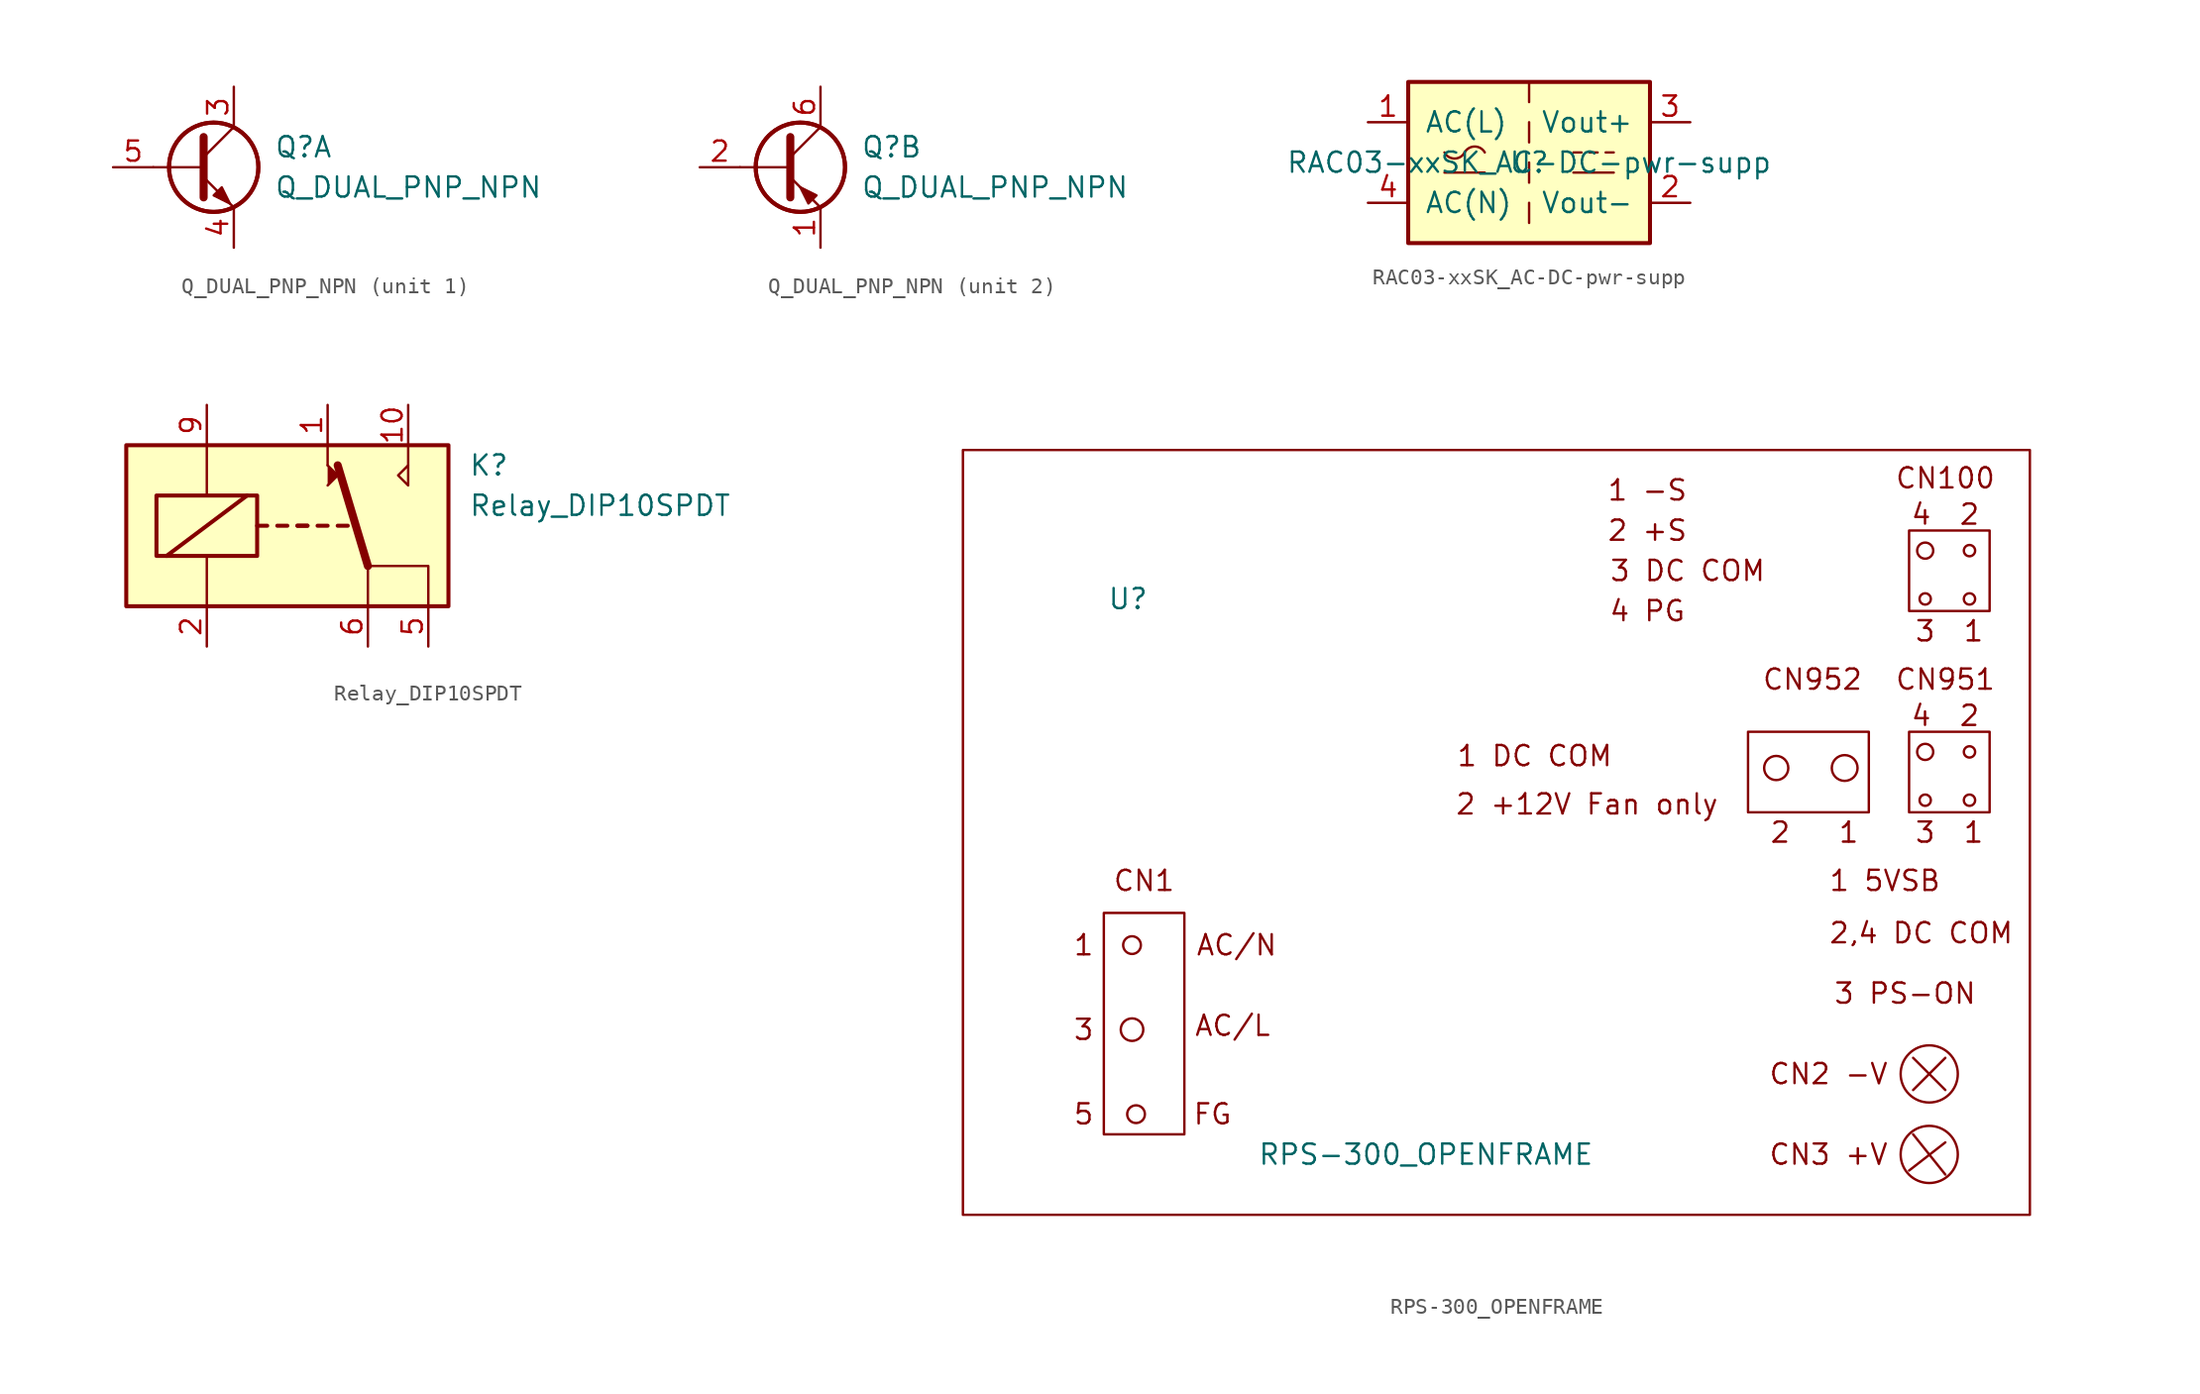
<source format=kicad_sym>
(kicad_symbol_lib
  (version 20211014)
  (generator kicad_symbol_editor)
  (symbol "Q_DUAL_PNP_NPN"
    (pin_names
      (offset 0) hide)
    (property "Reference" "Q"
      (at 5.08 1.27 0)
      (effects (font (size 1.27 1.27)) (justify left)))
    (property "Value" "Q_DUAL_PNP_NPN"
      (at 5.08 -1.27 0)
      (effects (font (size 1.27 1.27)) (justify left)))
    (property "ki_locked" ""
      (at 0 0 0)
      (effects (font (size 1.27 1.27))))
    (symbol "Q_DUAL_PNP_NPN_0_1"
      (polyline (pts (xy 0.635 0) (xy -2.54 0)) (stroke (width 0) (type default) (color 0 0 0 0)) (fill (type none)))
      (circle (center 1.27 0) (radius 2.819) (stroke (width 0.254) (type default) (color 0 0 0 0)) (fill (type none)))
      (circle (center 1.27 0) (radius 2.819) (stroke (width 0.254) (type default) (color 0 0 0 0)) (fill (type none))))
    (symbol "Q_DUAL_PNP_NPN_1_1"
      (polyline (pts (xy 0.635 0.635) (xy 2.54 2.54)) (stroke (width 0) (type default) (color 0 0 0 0)) (fill (type none)))
      (polyline (pts (xy 0.635 -0.635) (xy 2.54 -2.54) (xy 2.54 -2.54)) (stroke (width 0) (type default) (color 0 0 0 0)) (fill (type none)))
      (polyline (pts (xy 0.635 1.905) (xy 0.635 -1.905) (xy 0.635 -1.905)) (stroke (width 0.508) (type default) (color 0 0 0 0)) (fill (type none)))
      (polyline (pts (xy 1.27 -1.778) (xy 1.778 -1.27) (xy 2.286 -2.286) (xy 1.27 -1.778) (xy 1.27 -1.778)) (stroke (width 0) (type default) (color 0 0 0 0)) (fill (type outline)))
      (pin passive line (at 2.54 5.08 270) (length 2.54) (name "C1" (effects (font (size 1.27 1.27)))) (number "3" (effects (font (size 1.27 1.27)))))
      (pin passive line (at 2.54 -5.08 90) (length 2.54) (name "E1" (effects (font (size 1.27 1.27)))) (number "4" (effects (font (size 1.27 1.27)))))
      (pin input line (at -5.08 0 0) (length 2.54) (name "B1" (effects (font (size 1.27 1.27)))) (number "5" (effects (font (size 1.27 1.27))))))
    (symbol "Q_DUAL_PNP_NPN_2_1"
      (polyline (pts (xy 0.635 0.635) (xy 2.54 2.54)) (stroke (width 0) (type default) (color 0 0 0 0)) (fill (type none)))
      (polyline (pts (xy 0.635 -0.635) (xy 2.54 -2.54) (xy 2.54 -2.54)) (stroke (width 0) (type default) (color 0 0 0 0)) (fill (type none)))
      (polyline (pts (xy 0.635 1.905) (xy 0.635 -1.905) (xy 0.635 -1.905)) (stroke (width 0.508) (type default) (color 0 0 0 0)) (fill (type none)))
      (polyline (pts (xy 2.286 -1.778) (xy 1.778 -2.286) (xy 1.27 -1.27) (xy 2.286 -1.778) (xy 2.286 -1.778)) (stroke (width 0) (type default) (color 0 0 0 0)) (fill (type outline)))
      (pin passive line (at 2.54 -5.08 90) (length 2.54) (name "E2" (effects (font (size 1.27 1.27)))) (number "1" (effects (font (size 1.27 1.27)))))
      (pin input line (at -5.08 0 0) (length 2.54) (name "B2" (effects (font (size 1.27 1.27)))) (number "2" (effects (font (size 1.27 1.27)))))
      (pin passive line (at 2.54 5.08 270) (length 2.54) (name "C2" (effects (font (size 1.27 1.27)))) (number "6" (effects (font (size 1.27 1.27)))))))
  (symbol "RAC03-xxSK_AC-DC-pwr-supp"
    (pin_names
      (offset 1.016))
    (property "Reference" "U"
      (at 0 0 0)
      (effects (font (size 1.27 1.27))))
    (property "Value" "RAC03-xxSK_AC-DC-pwr-supp"
      (at 0 0 0)
      (effects (font (size 1.27 1.27))))
    (symbol "RAC03-xxSK_AC-DC-pwr-supp_1_1"
      (rectangle (start -7.62 5.08) (end 7.62 -5.08) (stroke (width 0.254) (type default) (color 0 0 0 0)) (fill (type background)))
      (arc (start -5.334 0.635) (mid -4.699 0.2495) (end -4.064 0.635) (stroke (width 0) (type default) (color 0 0 0 0)) (fill (type none)))
      (arc (start -2.794 0.635) (mid -3.429 1.0072) (end -4.064 0.635) (stroke (width 0) (type default) (color 0 0 0 0)) (fill (type none)))
      (polyline (pts (xy -5.334 -0.635) (xy -2.794 -0.635)) (stroke (width 0) (type default) (color 0 0 0 0)) (fill (type none)))
      (polyline (pts (xy 0 -2.54) (xy 0 -3.81)) (stroke (width 0) (type default) (color 0 0 0 0)) (fill (type none)))
      (polyline (pts (xy 0 0) (xy 0 -1.27)) (stroke (width 0) (type default) (color 0 0 0 0)) (fill (type none)))
      (polyline (pts (xy 0 2.54) (xy 0 1.27)) (stroke (width 0) (type default) (color 0 0 0 0)) (fill (type none)))
      (polyline (pts (xy 0 5.08) (xy 0 3.81)) (stroke (width 0) (type default) (color 0 0 0 0)) (fill (type none)))
      (polyline (pts (xy 2.794 -0.635) (xy 5.334 -0.635)) (stroke (width 0) (type default) (color 0 0 0 0)) (fill (type none)))
      (polyline (pts (xy 2.794 0.635) (xy 3.302 0.635)) (stroke (width 0) (type default) (color 0 0 0 0)) (fill (type none)))
      (polyline (pts (xy 3.81 0.635) (xy 4.318 0.635)) (stroke (width 0) (type default) (color 0 0 0 0)) (fill (type none)))
      (polyline (pts (xy 4.826 0.635) (xy 5.334 0.635)) (stroke (width 0) (type default) (color 0 0 0 0)) (fill (type none)))
      (pin power_in line (at -10.16 2.54 0) (length 2.54) (name "AC(L)" (effects (font (size 1.27 1.27)))) (number "1" (effects (font (size 1.27 1.27)))))
      (pin power_out line (at 10.16 -2.54 180) (length 2.54) (name "Vout-" (effects (font (size 1.27 1.27)))) (number "2" (effects (font (size 1.27 1.27)))))
      (pin no_connect line (at 7.62 0 180) (length 2.54) hide (name "NC" (effects (font (size 1.27 1.27)))) (number "3" (effects (font (size 1.27 1.27)))))
      (pin power_out line (at 10.16 2.54 180) (length 2.54) (name "Vout+" (effects (font (size 1.27 1.27)))) (number "3" (effects (font (size 1.27 1.27)))))
      (pin power_in line (at -10.16 -2.54 0) (length 2.54) (name "AC(N)" (effects (font (size 1.27 1.27)))) (number "4" (effects (font (size 1.27 1.27)))))))
  (symbol "Relay_DIP10SPDT"
    (pin_names
      (offset 1.016))
    (property "Reference" "K"
      (at 11.43 3.81 0)
      (effects (font (size 1.27 1.27)) (justify left)))
    (property "Value" "Relay_DIP10SPDT"
      (at 11.43 1.27 0)
      (effects (font (size 1.27 1.27)) (justify left)))
    (symbol "Relay_DIP10SPDT_0_0"
      (polyline (pts (xy 2.54 3.81) (xy 2.54 5.08)) (stroke (width 0) (type default) (color 0 0 0 0)) (fill (type none)))
      (polyline (pts (xy 7.62 3.81) (xy 7.62 5.08)) (stroke (width 0) (type default) (color 0 0 0 0)) (fill (type none)))
      (polyline (pts (xy 7.62 3.81) (xy 7.62 2.54) (xy 6.985 3.175) (xy 7.62 3.81)) (stroke (width 0) (type default) (color 0 0 0 0)) (fill (type none))))
    (symbol "Relay_DIP10SPDT_0_1"
      (rectangle (start -10.16 5.08) (end 10.16 -5.08) (stroke (width 0.254) (type default) (color 0 0 0 0)) (fill (type background)))
      (rectangle (start -8.255 1.905) (end -1.905 -1.905) (stroke (width 0.254) (type default) (color 0 0 0 0)) (fill (type none)))
      (polyline (pts (xy -7.62 -1.905) (xy -2.54 1.905)) (stroke (width 0.254) (type default) (color 0 0 0 0)) (fill (type none)))
      (polyline (pts (xy -5.08 -5.08) (xy -5.08 -1.905)) (stroke (width 0) (type default) (color 0 0 0 0)) (fill (type none)))
      (polyline (pts (xy -5.08 5.08) (xy -5.08 1.905)) (stroke (width 0) (type default) (color 0 0 0 0)) (fill (type none)))
      (polyline (pts (xy -1.905 0) (xy -1.27 0)) (stroke (width 0.254) (type default) (color 0 0 0 0)) (fill (type none)))
      (polyline (pts (xy -0.635 0) (xy 0 0)) (stroke (width 0.254) (type default) (color 0 0 0 0)) (fill (type none)))
      (polyline (pts (xy 0.635 0) (xy 1.27 0)) (stroke (width 0.254) (type default) (color 0 0 0 0)) (fill (type none)))
      (polyline (pts (xy 0.635 0) (xy 1.27 0)) (stroke (width 0.254) (type default) (color 0 0 0 0)) (fill (type none)))
      (polyline (pts (xy 1.905 0) (xy 2.54 0)) (stroke (width 0.254) (type default) (color 0 0 0 0)) (fill (type none)))
      (polyline (pts (xy 3.175 0) (xy 3.81 0)) (stroke (width 0.254) (type default) (color 0 0 0 0)) (fill (type none)))
      (polyline (pts (xy 5.08 -2.54) (xy 3.175 3.81)) (stroke (width 0.508) (type default) (color 0 0 0 0)) (fill (type none)))
      (polyline (pts (xy 5.08 -2.54) (xy 5.08 -5.08)) (stroke (width 0) (type default) (color 0 0 0 0)) (fill (type none)))
      (polyline (pts (xy 2.54 2.54) (xy 3.175 3.175) (xy 2.54 3.81)) (stroke (width 0) (type default) (color 0 0 0 0)) (fill (type outline)))
      (polyline (pts (xy 8.89 -5.08) (xy 8.89 -2.54) (xy 5.08 -2.54)) (stroke (width 0) (type default) (color 0 0 0 0)) (fill (type none))))
    (symbol "Relay_DIP10SPDT_1_1"
      (pin passive line (at 2.54 7.62 270) (length 2.54) (name "~" (effects (font (size 1.27 1.27)))) (number "1" (effects (font (size 1.27 1.27)))))
      (pin passive line (at 7.62 7.62 270) (length 2.54) (name "~" (effects (font (size 1.27 1.27)))) (number "10" (effects (font (size 1.27 1.27)))))
      (pin passive line (at -5.08 -7.62 90) (length 2.54) (name "~" (effects (font (size 1.27 1.27)))) (number "2" (effects (font (size 1.27 1.27)))))
      (pin passive line (at 8.89 -7.62 90) (length 2.54) (name "~" (effects (font (size 1.27 1.27)))) (number "5" (effects (font (size 1.27 1.27)))))
      (pin passive line (at 5.08 -7.62 90) (length 2.54) (name "~" (effects (font (size 1.27 1.27)))) (number "6" (effects (font (size 1.27 1.27)))))
      (pin passive line (at -5.08 7.62 270) (length 2.54) (name "~" (effects (font (size 1.27 1.27)))) (number "9" (effects (font (size 1.27 1.27)))))))
  (symbol "RPS-300_OPENFRAME"
    (pin_names
      (offset 1.016))
    (property "Reference" "U"
      (at -26.416 14.732 0)
      (effects (font (size 1.27 1.27))))
    (property "Value" "RPS-300_OPENFRAME"
      (at -7.62 -20.32 0)
      (effects (font (size 1.27 1.27))))
    (symbol "RPS-300_OPENFRAME_0_0"
      (circle (center -26.162 -12.446) (radius 0.711) (stroke (width 0) (type default) (color 0 0 0 0)) (fill (type none)))
      (circle (center -26.162 -7.112) (radius 0.559) (stroke (width 0) (type default) (color 0 0 0 0)) (fill (type none)))
      (circle (center -25.908 -17.78) (radius 0.559) (stroke (width 0) (type default) (color 0 0 0 0)) (fill (type none)))
      (circle (center 14.478 4.064) (radius 0.762) (stroke (width 0) (type default) (color 0 0 0 0)) (fill (type none)))
      (circle (center 18.796 4.064) (radius 0.813) (stroke (width 0) (type default) (color 0 0 0 0)) (fill (type none)))
      (circle (center 23.876 2.032) (radius 0.356) (stroke (width 0) (type default) (color 0 0 0 0)) (fill (type none)))
      (circle (center 23.876 5.08) (radius 0.508) (stroke (width 0) (type default) (color 0 0 0 0)) (fill (type none)))
      (circle (center 24.13 -15.24) (radius 1.803) (stroke (width 0) (type default) (color 0 0 0 0)) (fill (type none)))
      (circle (center 26.67 2.032) (radius 0.356) (stroke (width 0) (type default) (color 0 0 0 0)) (fill (type none)))
      (circle (center 26.67 5.08) (radius 0.356) (stroke (width 0) (type default) (color 0 0 0 0)) (fill (type none)))
      (text "1" (at -29.21 -7.112 0) (effects (font (size 1.27 1.27))))
      (text "1" (at 19.05 0 0) (effects (font (size 1.27 1.27))))
      (text "1" (at 26.924 0 0) (effects (font (size 1.27 1.27))))
      (text "1 -S" (at 6.35 21.59 0) (effects (font (size 1.27 1.27))))
      (text "1 5VSB" (at 21.336 -3.048 0) (effects (font (size 1.27 1.27))))
      (text "1 DC COM" (at -0.762 4.826 0) (effects (font (size 1.27 1.27))))
      (text "2" (at 14.732 0 0) (effects (font (size 1.27 1.27))))
      (text "2" (at 26.67 7.366 0) (effects (font (size 1.27 1.27))))
      (text "2 +12V Fan only" (at 2.54 1.778 0) (effects (font (size 1.27 1.27))))
      (text "2 +S" (at 6.35 19.05 0) (effects (font (size 1.27 1.27))))
      (text "2,4 DC COM" (at 23.622 -6.35 0) (effects (font (size 1.27 1.27))))
      (text "3" (at -29.21 -12.446 0) (effects (font (size 1.27 1.27))))
      (text "3" (at 23.876 0 0) (effects (font (size 1.27 1.27))))
      (text "3 DC COM" (at 8.89 16.51 0) (effects (font (size 1.27 1.27))))
      (text "3 PS-ON" (at 22.606 -10.16 0) (effects (font (size 1.27 1.27))))
      (text "4" (at 23.622 7.366 0) (effects (font (size 1.27 1.27))))
      (text "4 PG" (at 6.35 13.97 0) (effects (font (size 1.27 1.27))))
      (text "5" (at -29.21 -17.78 0) (effects (font (size 1.27 1.27))))
      (text "AC/L" (at -19.812 -12.192 0) (effects (font (size 1.27 1.27))))
      (text "AC/N" (at -19.558 -7.112 0) (effects (font (size 1.27 1.27))))
      (text "CN1" (at -25.4 -3.048 0) (effects (font (size 1.27 1.27))))
      (text "CN2 -V" (at 17.78 -15.24 0) (effects (font (size 1.27 1.27))))
      (text "CN3 +V" (at 17.78 -20.32 0) (effects (font (size 1.27 1.27))))
      (text "CN951" (at 25.146 9.652 0) (effects (font (size 1.27 1.27))))
      (text "CN952" (at 16.764 9.652 0) (effects (font (size 1.27 1.27))))
      (text "FG" (at -21.082 -17.78 0) (effects (font (size 1.27 1.27)))))
    (symbol "RPS-300_OPENFRAME_0_1"
      (rectangle (start -27.94 -5.08) (end -22.86 -19.05) (stroke (width 0) (type default) (color 0 0 0 0)) (fill (type none)))
      (polyline (pts (xy 24.13 -20.32) (xy 23.114 -19.05)) (stroke (width 0) (type default) (color 0 0 0 0)) (fill (type none)))
      (polyline (pts (xy 24.13 -20.32) (xy 25.146 -21.59)) (stroke (width 0) (type default) (color 0 0 0 0)) (fill (type none)))
      (polyline (pts (xy 24.13 -15.24) (xy 23.114 -14.224)) (stroke (width 0) (type default) (color 0 0 0 0)) (fill (type none)))
      (polyline (pts (xy 24.13 -15.24) (xy 25.146 -16.256)) (stroke (width 0) (type default) (color 0 0 0 0)) (fill (type none)))
      (polyline (pts (xy 25.146 -19.558) (xy 22.86 -21.336)) (stroke (width 0) (type default) (color 0 0 0 0)) (fill (type none)))
      (polyline (pts (xy 25.146 -14.224) (xy 23.114 -16.256)) (stroke (width 0) (type default) (color 0 0 0 0)) (fill (type none)))
      (rectangle (start 20.32 1.27) (end 12.7 6.35) (stroke (width 0) (type default) (color 0 0 0 0)) (fill (type none)))
      (rectangle (start 27.94 1.27) (end 22.86 6.35) (stroke (width 0) (type default) (color 0 0 0 0)) (fill (type none))))
    (symbol "RPS-300_OPENFRAME_1_1"
      (rectangle (start -36.83 -24.13) (end 30.48 24.13) (stroke (width 0) (type default) (color 0 0 0 0)) (fill (type none)))
      (circle (center 23.876 14.732) (radius 0.356) (stroke (width 0) (type default) (color 0 0 0 0)) (fill (type none)))
      (circle (center 23.876 17.78) (radius 0.508) (stroke (width 0) (type default) (color 0 0 0 0)) (fill (type none)))
      (circle (center 24.13 -20.32) (radius 1.803) (stroke (width 0) (type default) (color 0 0 0 0)) (fill (type none)))
      (circle (center 26.67 14.732) (radius 0.356) (stroke (width 0) (type default) (color 0 0 0 0)) (fill (type none)))
      (circle (center 26.67 17.78) (radius 0.356) (stroke (width 0) (type default) (color 0 0 0 0)) (fill (type none)))
      (rectangle (start 27.94 13.97) (end 22.86 19.05) (stroke (width 0) (type default) (color 0 0 0 0)) (fill (type none)))
      (text "1" (at 26.924 12.7 0) (effects (font (size 1.27 1.27))))
      (text "2" (at 26.67 20.066 0) (effects (font (size 1.27 1.27))))
      (text "3" (at 23.876 12.7 0) (effects (font (size 1.27 1.27))))
      (text "4" (at 23.622 20.066 0) (effects (font (size 1.27 1.27))))
      (text "CN100" (at 25.146 22.352 0) (effects (font (size 1.27 1.27)))))))
</source>
